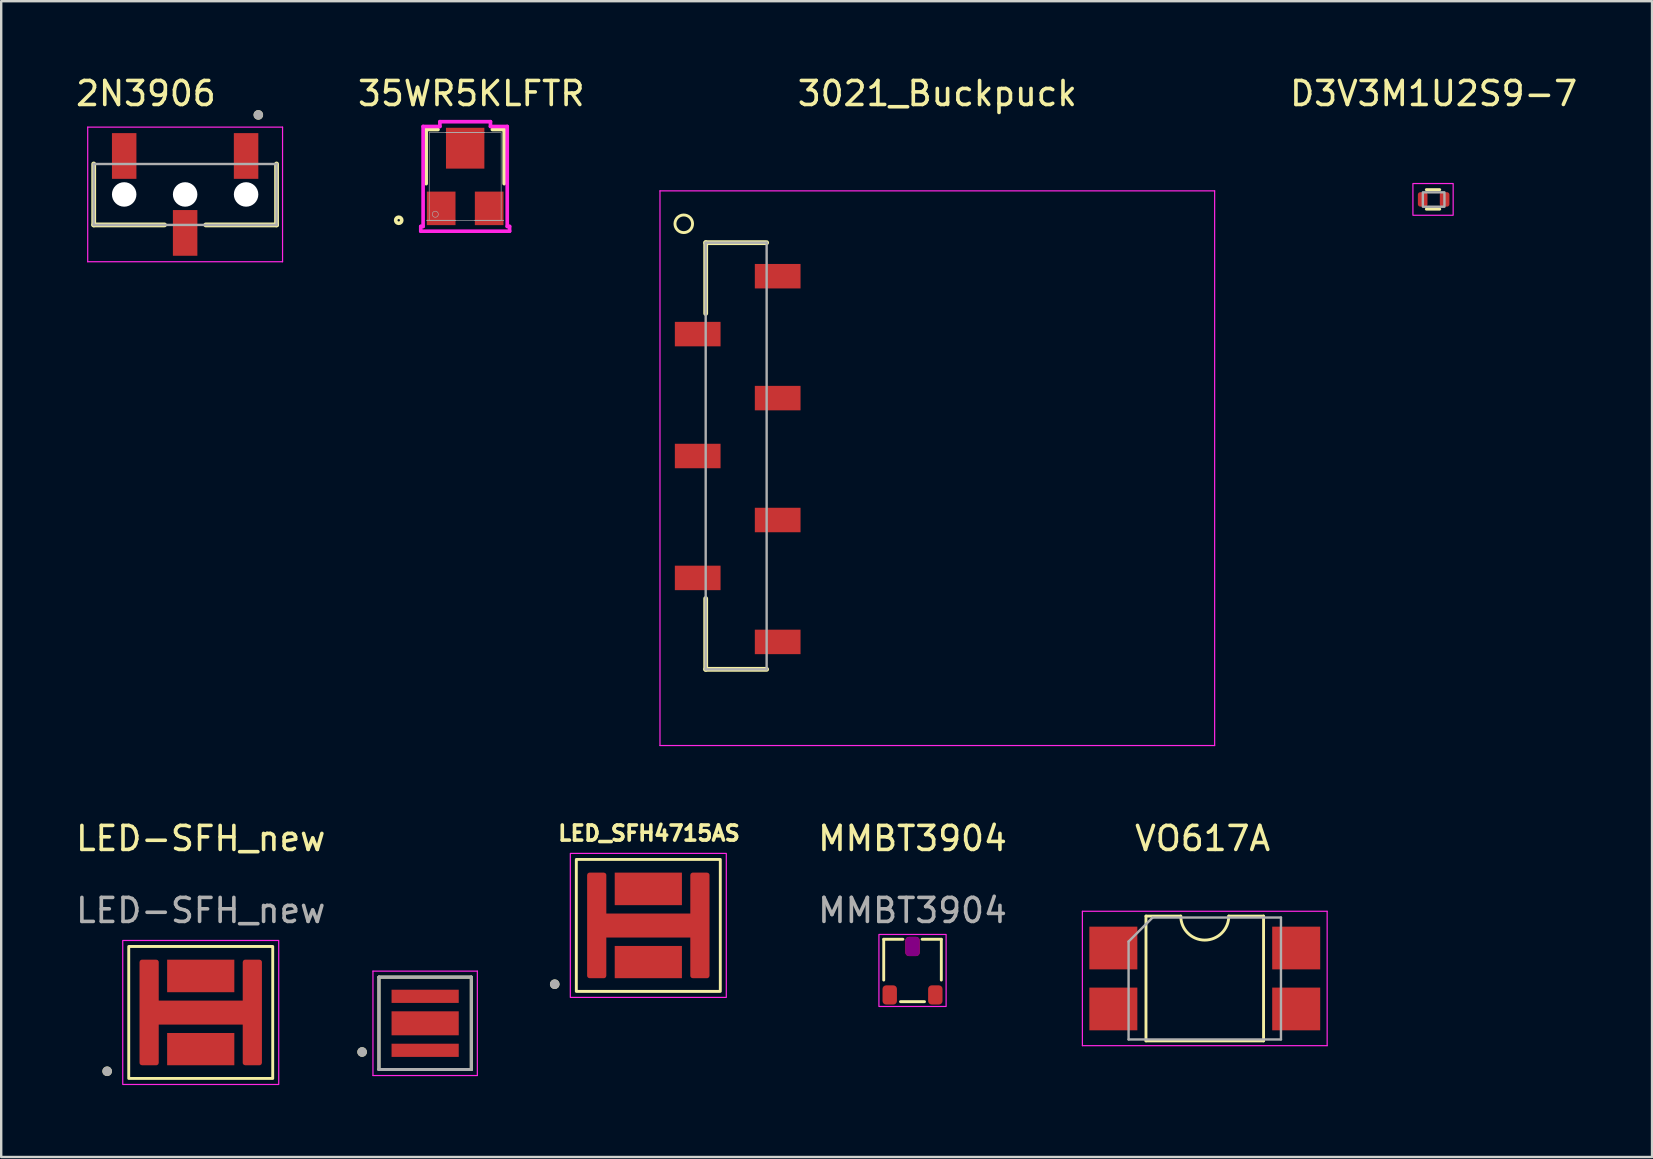
<source format=kicad_pcb>
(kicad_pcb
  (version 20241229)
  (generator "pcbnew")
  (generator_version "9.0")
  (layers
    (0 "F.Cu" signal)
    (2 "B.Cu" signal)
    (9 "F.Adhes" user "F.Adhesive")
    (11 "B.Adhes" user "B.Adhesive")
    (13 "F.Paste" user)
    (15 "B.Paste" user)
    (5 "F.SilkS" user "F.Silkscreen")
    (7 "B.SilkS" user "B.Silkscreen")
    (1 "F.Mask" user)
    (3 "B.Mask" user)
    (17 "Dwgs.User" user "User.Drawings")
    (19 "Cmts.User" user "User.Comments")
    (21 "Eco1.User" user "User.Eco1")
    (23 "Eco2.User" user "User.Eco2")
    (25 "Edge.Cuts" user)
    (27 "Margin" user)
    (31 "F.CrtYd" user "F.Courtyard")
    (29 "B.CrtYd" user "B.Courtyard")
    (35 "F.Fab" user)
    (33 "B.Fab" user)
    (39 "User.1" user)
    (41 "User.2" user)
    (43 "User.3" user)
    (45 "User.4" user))
  (footprint "VO617A"
    (layer "F.Cu")
    (at 47.066 32.392)
    (property "Reference" "VO617A" (at 0 -0.5 0) (unlocked yes) (layer "F.SilkS") (effects (font (size 1 1) (thickness 0.15))))
    (attr smd)
    (fp_line (start -2.36 2.734) (end -2.36 7.934) (stroke (width 0.12) (type solid)) (layer "F.SilkS"))
    (fp_line (start -2.36 7.934) (end 2.54 7.934) (stroke (width 0.12) (type solid)) (layer "F.SilkS"))
    (fp_line (start -0.91 2.734) (end -2.36 2.734) (stroke (width 0.12) (type solid)) (layer "F.SilkS"))
    (fp_line (start 2.54 2.734) (end 1.09 2.734) (stroke (width 0.12) (type solid)) (layer "F.SilkS"))
    (fp_line (start 2.54 7.934) (end 2.54 2.734) (stroke (width 0.12) (type solid)) (layer "F.SilkS"))
    (fp_arc (start 1.09 2.734) (mid 0.09 3.734) (end -0.91 2.734) (stroke (width 0.12) (type solid)) (layer "F.SilkS"))
    (fp_line (start -5.01 2.534) (end -5.01 8.134) (stroke (width 0.05) (type solid)) (layer "F.CrtYd"))
    (fp_line (start -5.01 8.134) (end 5.19 8.134) (stroke (width 0.05) (type solid)) (layer "F.CrtYd"))
    (fp_line (start 5.19 2.534) (end -5.01 2.534) (stroke (width 0.05) (type solid)) (layer "F.CrtYd"))
    (fp_line (start 5.19 8.134) (end 5.19 2.534) (stroke (width 0.05) (type solid)) (layer "F.CrtYd"))
    (fp_line (start -3.085 3.794) (end -2.085 2.794) (stroke (width 0.1) (type solid)) (layer "F.Fab"))
    (fp_line (start -3.085 7.874) (end -3.085 3.794) (stroke (width 0.1) (type solid)) (layer "F.Fab"))
    (fp_line (start -2.085 2.794) (end 3.265 2.794) (stroke (width 0.1) (type solid)) (layer "F.Fab"))
    (fp_line (start 3.265 2.794) (end 3.265 7.874) (stroke (width 0.1) (type solid)) (layer "F.Fab"))
    (fp_line (start 3.265 7.874) (end -3.085 7.874) (stroke (width 0.1) (type solid)) (layer "F.Fab"))
    (pad "1" smd rect (at -3.72 4.064) (size 2 1.78) (layers "F.Cu" "F.Mask" "F.Paste"))
    (pad "2" smd rect (at -3.72 6.604) (size 2 1.78) (layers "F.Cu" "F.Mask" "F.Paste"))
    (pad "3" smd rect (at 3.9 6.604) (size 2 1.78) (layers "F.Cu" "F.Mask" "F.Paste"))
    (pad "4" smd rect (at 3.9 4.064) (size 2 1.78) (layers "F.Cu" "F.Mask" "F.Paste")))
  (footprint "D3V3M1U2S9-7"
    (layer "F.Cu")
    (at 56.694 1.348)
    (property "Reference" "D3V3M1U2S9-7" (at 0 -0.5 0) (unlocked yes) (layer "F.SilkS") (effects (font (size 1 1) (thickness 0.15))))
    (attr smd)
    (fp_line (start -0.305 3.505) (end 0.254 3.505) (stroke (width 0.12) (type default)) (layer "F.SilkS"))
    (fp_line (start -0.305 4.318) (end 0.254 4.318) (stroke (width 0.12) (type default)) (layer "F.SilkS"))
    (fp_rect (start -0.864 3.251) (end 0.813 4.572) (stroke (width 0.05) (type default)) (fill no) (layer "F.CrtYd"))
    (fp_rect (start -0.45 3.616) (end 0.45 4.216) (stroke (width 0.1) (type default)) (fill no) (layer "F.Fab"))
    (pad "1" smd roundrect (at -0.457 3.912) (size 0.4 0.6) (layers "F.Cu" "F.Mask" "F.Paste") (roundrect_rratio 0.25))
    (pad "2" smd roundrect (at 0.457 3.912) (size 0.4 0.6) (layers "F.Cu" "F.Mask" "F.Paste") (roundrect_rratio 0.25)))
  (footprint "3021_Buckpuck"
    (layer "F.Cu")
    (at 36.01 1.348)
    (property "Reference" "3021_Buckpuck" (at 0 -0.5 0) (unlocked yes) (layer "F.SilkS") (effects (font (size 1 1) (thickness 0.15))))
    (attr smd)
    (fp_line (start -9.652 5.715) (end -9.652 8.665) (stroke (width 0.2) (type solid)) (layer "F.SilkS"))
    (fp_line (start -9.652 5.715) (end -7.112 5.715) (stroke (width 0.2) (type solid)) (layer "F.SilkS"))
    (fp_line (start -9.652 23.495) (end -9.652 20.545) (stroke (width 0.2) (type solid)) (layer "F.SilkS"))
    (fp_line (start -9.652 23.495) (end -7.112 23.495) (stroke (width 0.2) (type solid)) (layer "F.SilkS"))
    (fp_circle (center -10.566 4.928) (end -10.871 4.724) (stroke (width 0.12) (type default)) (fill no) (layer "F.SilkS"))
    (fp_line (start -11.557 26.67) (end -11.557 3.556) (stroke (width 0.05) (type solid)) (layer "F.CrtYd"))
    (fp_line (start 11.557 3.556) (end -11.557 3.556) (stroke (width 0.05) (type default)) (layer "F.CrtYd"))
    (fp_line (start 11.557 3.556) (end 11.557 26.67) (stroke (width 0.05) (type default)) (layer "F.CrtYd"))
    (fp_line (start 11.557 26.67) (end -11.557 26.67) (stroke (width 0.05) (type default)) (layer "F.CrtYd"))
    (fp_line (start -9.652 5.715) (end -9.652 23.495) (stroke (width 0.1) (type solid)) (layer "F.Fab"))
    (fp_line (start -9.652 23.495) (end -7.112 23.495) (stroke (width 0.1) (type solid)) (layer "F.Fab"))
    (fp_line (start -7.112 5.715) (end -9.652 5.715) (stroke (width 0.1) (type solid)) (layer "F.Fab"))
    (fp_line (start -7.112 23.495) (end -7.112 5.715) (stroke (width 0.1) (type solid)) (layer "F.Fab"))
    (pad "1" smd rect (at -6.652 7.112 270) (size 1.02 1.905) (layers "F.Cu" "F.Mask" "F.Paste"))
    (pad "2" smd rect (at -9.985 9.525 270) (size 1.02 1.905) (layers "F.Cu" "F.Mask" "F.Paste"))
    (pad "3" smd rect (at -6.652 12.192 270) (size 1.02 1.905) (layers "F.Cu" "F.Mask" "F.Paste"))
    (pad "4" smd rect (at -9.985 14.605 270) (size 1.02 1.905) (layers "F.Cu" "F.Mask" "F.Paste"))
    (pad "5" smd rect (at -6.652 17.272 270) (size 1.02 1.905) (layers "F.Cu" "F.Mask" "F.Paste"))
    (pad "6" smd rect (at -9.985 19.685 270) (size 1.02 1.905) (layers "F.Cu" "F.Mask" "F.Paste"))
    (pad "7" smd rect (at -6.652 22.352 270) (size 1.02 1.905) (layers "F.Cu" "F.Mask" "F.Paste")))
  (footprint "35WR5KLFTR"
    (layer "F.Cu")
    (at 16.335 4.303)
    (property "Reference" "35WR5KLFTR" (at 0.254 -3.454 0) (unlocked yes) (layer "F.SilkS") (effects (font (size 1 1) (thickness 0.15))))
    (attr smd)
    (fp_line (start -1.626 -1.956) (end -1.626 0.3) (stroke (width 0.152) (type solid)) (layer "F.SilkS"))
    (fp_line (start -1.133 -1.956) (end -1.626 -1.956) (stroke (width 0.152) (type solid)) (layer "F.SilkS"))
    (fp_line (start 1.626 -1.956) (end 1.133 -1.956) (stroke (width 0.152) (type solid)) (layer "F.SilkS"))
    (fp_line (start 1.626 0.3) (end 1.626 -1.956) (stroke (width 0.152) (type solid)) (layer "F.SilkS"))
    (fp_circle (center -2.769 1.825) (end -2.642 1.825) (stroke (width 0.152) (type solid)) (fill no) (layer "F.SilkS"))
    (fp_line (start -1.851 2.083) (end -1.851 2.282) (stroke (width 0.152) (type solid)) (layer "F.CrtYd"))
    (fp_line (start -1.851 2.282) (end 1.851 2.282) (stroke (width 0.152) (type solid)) (layer "F.CrtYd"))
    (fp_line (start -1.753 -2.083) (end -1.054 -2.083) (stroke (width 0.152) (type solid)) (layer "F.CrtYd"))
    (fp_line (start -1.753 2.083) (end -1.851 2.083) (stroke (width 0.152) (type solid)) (layer "F.CrtYd"))
    (fp_line (start -1.753 2.083) (end -1.753 -2.083) (stroke (width 0.152) (type solid)) (layer "F.CrtYd"))
    (fp_line (start -1.054 -2.282) (end 1.054 -2.282) (stroke (width 0.152) (type solid)) (layer "F.CrtYd"))
    (fp_line (start -1.054 -2.083) (end -1.054 -2.282) (stroke (width 0.152) (type solid)) (layer "F.CrtYd"))
    (fp_line (start 1.054 -2.083) (end 1.054 -2.282) (stroke (width 0.152) (type solid)) (layer "F.CrtYd"))
    (fp_line (start 1.753 -2.083) (end 1.054 -2.083) (stroke (width 0.152) (type solid)) (layer "F.CrtYd"))
    (fp_line (start 1.753 -2.083) (end 1.753 2.083) (stroke (width 0.152) (type solid)) (layer "F.CrtYd"))
    (fp_line (start 1.753 2.083) (end 1.851 2.083) (stroke (width 0.152) (type solid)) (layer "F.CrtYd"))
    (fp_line (start 1.851 2.083) (end 1.851 2.282) (stroke (width 0.152) (type solid)) (layer "F.CrtYd"))
    (fp_line (start -1.597 1.825) (end -0.403 1.825) (stroke (width 0.025) (type solid)) (layer "F.Fab"))
    (fp_line (start -1.597 1.829) (end -1.597 1.825) (stroke (width 0.025) (type solid)) (layer "F.Fab"))
    (fp_line (start -1.499 -1.829) (end -1.499 1.829) (stroke (width 0.025) (type solid)) (layer "F.Fab"))
    (fp_line (start -1.499 1.829) (end 1.499 1.829) (stroke (width 0.025) (type solid)) (layer "F.Fab"))
    (fp_line (start -0.8 -1.829) (end 0.8 -1.829) (stroke (width 0.025) (type solid)) (layer "F.Fab"))
    (fp_line (start -0.8 -1.825) (end -0.8 -1.829) (stroke (width 0.025) (type solid)) (layer "F.Fab"))
    (fp_line (start -0.403 1.825) (end -0.403 1.829) (stroke (width 0.025) (type solid)) (layer "F.Fab"))
    (fp_line (start -0.403 1.829) (end -1.597 1.829) (stroke (width 0.025) (type solid)) (layer "F.Fab"))
    (fp_line (start 0.403 1.825) (end 1.597 1.825) (stroke (width 0.025) (type solid)) (layer "F.Fab"))
    (fp_line (start 0.403 1.829) (end 0.403 1.825) (stroke (width 0.025) (type solid)) (layer "F.Fab"))
    (fp_line (start 0.8 -1.829) (end 0.8 -1.825) (stroke (width 0.025) (type solid)) (layer "F.Fab"))
    (fp_line (start 0.8 -1.825) (end -0.8 -1.825) (stroke (width 0.025) (type solid)) (layer "F.Fab"))
    (fp_line (start 1.499 -1.829) (end -1.499 -1.829) (stroke (width 0.025) (type solid)) (layer "F.Fab"))
    (fp_line (start 1.499 1.829) (end 1.499 -1.829) (stroke (width 0.025) (type solid)) (layer "F.Fab"))
    (fp_line (start 1.597 1.825) (end 1.597 1.829) (stroke (width 0.025) (type solid)) (layer "F.Fab"))
    (fp_line (start 1.597 1.829) (end 0.403 1.829) (stroke (width 0.025) (type solid)) (layer "F.Fab"))
    (fp_circle (center -1.245 1.575) (end -1.118 1.575) (stroke (width 0.025) (type solid)) (fill no) (layer "F.Fab"))
    (pad "1" smd rect (at -1 1.33) (size 1.194 1.397) (layers "F.Cu" "F.Mask" "F.Paste"))
    (pad "2" smd rect (at 0 -1.177) (size 1.6 1.702) (layers "F.Cu" "F.Mask" "F.Paste"))
    (pad "3" smd rect (at 1 1.33) (size 1.194 1.397) (layers "F.Cu" "F.Mask" "F.Paste")))
  (footprint "LED_SFH4715AS"
    (layer "F.Cu")
    (at 23.967 34.72)
    (property "Reference" "LED_SFH4715AS" (at 0.03 -3.045 0) (layer "F.SilkS") (effects (font (size 0.63 0.63) (thickness 0.15))))
    (attr smd)
    (fp_poly (pts (xy -1.4 -0.6) (xy 1.4 -0.6) (xy 1.4 -0.05) (xy -1.4 -0.05)) (stroke (width 0.01) (type solid)) (fill yes) (layer "F.Mask"))
    (fp_poly (pts (xy -1.4 0.3) (xy 1.4 0.3) (xy 1.4 1.3) (xy -1.4 1.3)) (stroke (width 0.01) (type solid)) (fill yes) (layer "F.Mask"))
    (fp_poly (pts (xy -1.4 1.65) (xy 1.4 1.65) (xy 1.4 2.2) (xy -1.4 2.2)) (stroke (width 0.01) (type solid)) (fill yes) (layer "F.Mask"))
    (fp_rect (start 3 -1.956) (end -3 3.544) (stroke (width 0.12) (type default)) (fill no) (layer "F.SilkS"))
    (fp_circle (center -3.9 3.244) (end -3.8 3.244) (stroke (width 0.2) (type solid)) (fill no) (layer "F.SilkS"))
    (fp_poly (pts (xy -1.3 -0.5) (xy 1.3 -0.5) (xy 1.3 -0.1) (xy -1.3 -0.1)) (stroke (width 0.01) (type solid)) (fill yes) (layer "F.Paste"))
    (fp_poly (pts (xy -1.3 0.35) (xy -0.15 0.35) (xy -0.15 1.25) (xy -1.3 1.25)) (stroke (width 0.01) (type solid)) (fill yes) (layer "F.Paste"))
    (fp_poly (pts (xy -1.3 1.7) (xy 1.3 1.7) (xy 1.3 2.1) (xy -1.3 2.1)) (stroke (width 0.01) (type solid)) (fill yes) (layer "F.Paste"))
    (fp_poly (pts (xy 0.15 0.35) (xy 1.3 0.35) (xy 1.3 1.25) (xy 0.15 1.25)) (stroke (width 0.01) (type solid)) (fill yes) (layer "F.Paste"))
    (fp_rect (start -3.25 -2.206) (end 3.25 3.794) (stroke (width 0.05) (type default)) (fill no) (layer "F.CrtYd"))
    (fp_circle (center -3.9 3.244) (end -3.8 3.244) (stroke (width 0.2) (type solid)) (fill no) (layer "F.Fab"))
    (pad "1" smd rect (at 0 -0.728 180) (size 2.8 1.356) (layers "F.Cu"))
    (pad "2" smd custom (at 0 0.8 180) (size 4.8 1) (layers "F.Cu") (options (anchor rect)) (primitives (gr_poly (pts (xy -1.85 -2.094) (xy -1.85 2.106) (xy -2.45 2.106) (xy -2.45 -2.094)) (width 0.2) (fill yes)) (gr_poly (pts (xy 2.45 -2.094) (xy 2.45 2.106) (xy 1.85 2.106) (xy 1.85 -2.094)) (width 0.2) (fill yes))))
    (pad "2" smd rect (at 0 2.322 180) (size 2.8 1.344) (layers "F.Cu")))
  (footprint "LED-SFH_new"
    (layer "F.Cu")
    (at 5.315 32.392)
    (property "Reference" "LED-SFH_new" (at 0 -0.5 0) (unlocked yes) (layer "F.SilkS") (effects (font (size 1 1) (thickness 0.15))))
    (attr smd)
    (fp_poly (pts (xy -1.4 5.356) (xy 1.4 5.356) (xy 1.4 5.906) (xy -1.4 5.906)) (stroke (width 0.01) (type solid)) (fill yes) (layer "F.Mask"))
    (fp_poly (pts (xy -1.4 6.256) (xy 1.4 6.256) (xy 1.4 7.256) (xy -1.4 7.256)) (stroke (width 0.01) (type solid)) (fill yes) (layer "F.Mask"))
    (fp_poly (pts (xy -1.4 7.606) (xy 1.4 7.606) (xy 1.4 8.156) (xy -1.4 8.156)) (stroke (width 0.01) (type solid)) (fill yes) (layer "F.Mask"))
    (fp_poly (pts (xy 7.952 5.802) (xy 10.752 5.802) (xy 10.752 6.352) (xy 7.952 6.352)) (stroke (width 0.01) (type solid)) (fill yes) (layer "F.Mask"))
    (fp_poly (pts (xy 7.952 6.702) (xy 10.752 6.702) (xy 10.752 7.702) (xy 7.952 7.702)) (stroke (width 0.01) (type solid)) (fill yes) (layer "F.Mask"))
    (fp_poly (pts (xy 7.952 8.052) (xy 10.752 8.052) (xy 10.752 8.602) (xy 7.952 8.602)) (stroke (width 0.01) (type solid)) (fill yes) (layer "F.Mask"))
    (fp_line (start 7.427 5.277) (end 7.427 9.127) (stroke (width 0.127) (type solid)) (layer "F.SilkS"))
    (fp_line (start 7.427 9.127) (end 11.277 9.127) (stroke (width 0.127) (type solid)) (layer "F.SilkS"))
    (fp_line (start 11.277 5.277) (end 7.427 5.277) (stroke (width 0.127) (type solid)) (layer "F.SilkS"))
    (fp_line (start 11.277 9.127) (end 11.277 5.277) (stroke (width 0.127) (type solid)) (layer "F.SilkS"))
    (fp_rect (start 3 4) (end -3 9.5) (stroke (width 0.12) (type default)) (fill no) (layer "F.SilkS"))
    (fp_circle (center -3.9 9.2) (end -3.8 9.2) (stroke (width 0.2) (type solid)) (fill no) (layer "F.SilkS"))
    (fp_circle (center 6.725 8.397) (end 6.825 8.397) (stroke (width 0.2) (type solid)) (fill no) (layer "F.SilkS"))
    (fp_poly (pts (xy -1.3 5.456) (xy 1.3 5.456) (xy 1.3 5.856) (xy -1.3 5.856)) (stroke (width 0.01) (type solid)) (fill yes) (layer "F.Paste"))
    (fp_poly (pts (xy -1.3 6.306) (xy -0.15 6.306) (xy -0.15 7.206) (xy -1.3 7.206)) (stroke (width 0.01) (type solid)) (fill yes) (layer "F.Paste"))
    (fp_poly (pts (xy -1.3 7.656) (xy 1.3 7.656) (xy 1.3 8.056) (xy -1.3 8.056)) (stroke (width 0.01) (type solid)) (fill yes) (layer "F.Paste"))
    (fp_poly (pts (xy 0.15 6.306) (xy 1.3 6.306) (xy 1.3 7.206) (xy 0.15 7.206)) (stroke (width 0.01) (type solid)) (fill yes) (layer "F.Paste"))
    (fp_poly (pts (xy 8.052 5.902) (xy 10.652 5.902) (xy 10.652 6.302) (xy 8.052 6.302)) (stroke (width 0.01) (type solid)) (fill yes) (layer "F.Paste"))
    (fp_poly (pts (xy 8.052 6.752) (xy 9.202 6.752) (xy 9.202 7.652) (xy 8.052 7.652)) (stroke (width 0.01) (type solid)) (fill yes) (layer "F.Paste"))
    (fp_poly (pts (xy 8.052 8.102) (xy 10.652 8.102) (xy 10.652 8.502) (xy 8.052 8.502)) (stroke (width 0.01) (type solid)) (fill yes) (layer "F.Paste"))
    (fp_poly (pts (xy 9.502 6.752) (xy 10.652 6.752) (xy 10.652 7.652) (xy 9.502 7.652)) (stroke (width 0.01) (type solid)) (fill yes) (layer "F.Paste"))
    (fp_line (start 7.177 5.027) (end 7.177 9.377) (stroke (width 0.05) (type solid)) (layer "F.CrtYd"))
    (fp_line (start 7.177 9.377) (end 11.527 9.377) (stroke (width 0.05) (type solid)) (layer "F.CrtYd"))
    (fp_line (start 11.527 5.027) (end 7.177 5.027) (stroke (width 0.05) (type solid)) (layer "F.CrtYd"))
    (fp_line (start 11.527 9.377) (end 11.527 5.027) (stroke (width 0.05) (type solid)) (layer "F.CrtYd"))
    (fp_rect (start -3.25 3.75) (end 3.25 9.75) (stroke (width 0.05) (type default)) (fill no) (layer "F.CrtYd"))
    (fp_line (start 7.427 5.277) (end 7.427 9.127) (stroke (width 0.127) (type solid)) (layer "F.Fab"))
    (fp_line (start 7.427 9.127) (end 11.277 9.127) (stroke (width 0.127) (type solid)) (layer "F.Fab"))
    (fp_line (start 11.277 5.277) (end 7.427 5.277) (stroke (width 0.127) (type solid)) (layer "F.Fab"))
    (fp_line (start 11.277 9.127) (end 11.277 5.277) (stroke (width 0.127) (type solid)) (layer "F.Fab"))
    (fp_circle (center -3.9 9.2) (end -3.8 9.2) (stroke (width 0.2) (type solid)) (fill no) (layer "F.Fab"))
    (fp_circle (center 6.725 8.397) (end 6.825 8.397) (stroke (width 0.2) (type solid)) (fill no) (layer "F.Fab"))
    (fp_text user "${REFERENCE}" (at 0 2.5 0) (unlocked yes) (layer "F.Fab") (effects (font (size 1 1) (thickness 0.15))))
    (pad "1" smd rect (at 0 5.228 180) (size 2.8 1.356) (layers "F.Cu"))
    (pad "1" smd rect (at 9.352 6.077 180) (size 2.8 0.55) (layers "F.Cu" "F.Mask"))
    (pad "2" smd custom (at 0 6.756 180) (size 4.8 1) (layers "F.Cu") (options (anchor rect)) (primitives (gr_poly (pts (xy -1.85 -2.094) (xy -1.85 2.106) (xy -2.45 2.106) (xy -2.45 -2.094)) (width 0.2) (fill yes)) (gr_poly (pts (xy 2.45 -2.094) (xy 2.45 2.106) (xy 1.85 2.106) (xy 1.85 -2.094)) (width 0.2) (fill yes))))
    (pad "2" smd rect (at 0 8.278 180) (size 2.8 1.344) (layers "F.Cu"))
    (pad "2" smd rect (at 9.352 7.202 180) (size 2.8 1) (layers "F.Cu"))
    (pad "2" smd rect (at 9.352 8.327 180) (size 2.8 0.55) (layers "F.Cu")))
  (footprint "MMBT3904"
    (layer "F.Cu")
    (at 34.977 32.392)
    (property "Reference" "MMBT3904" (at 0 -0.5 0) (unlocked yes) (layer "F.SilkS") (effects (font (size 1 1) (thickness 0.15))))
    (attr smd)
    (fp_line (start -1.2 3.7) (end -1.2 5.4) (stroke (width 0.12) (type default)) (layer "F.SilkS"))
    (fp_line (start -0.5 6.3) (end 0.5 6.3) (stroke (width 0.12) (type default)) (layer "F.SilkS"))
    (fp_line (start -0.4 3.7) (end -1.2 3.7) (stroke (width 0.12) (type default)) (layer "F.SilkS"))
    (fp_line (start 0.4 3.7) (end 1.2 3.7) (stroke (width 0.12) (type default)) (layer "F.SilkS"))
    (fp_line (start 1.2 3.7) (end 1.2 5.4) (stroke (width 0.12) (type default)) (layer "F.SilkS"))
    (fp_rect (start -1.4 3.5) (end 1.4 6.5) (stroke (width 0.05) (type default)) (fill no) (layer "F.CrtYd"))
    (fp_text user "${REFERENCE}" (at 0 2.5 0) (unlocked yes) (layer "F.Fab") (effects (font (size 1 1) (thickness 0.15))))
    (pad "1" smd roundrect (at 0.95 6.02) (size 0.6 0.8) (layers "F.Cu" "F.Mask" "F.Paste") (roundrect_rratio 0.25))
    (pad "2" smd roundrect (at -0.95 6.02) (size 0.6 0.8) (layers "F.Cu" "F.Mask" "F.Paste") (roundrect_rratio 0.25))
    (pad "3" smd roundrect (at 0 4) (size 0.6 0.8) (layers "F.Cu" "F.Mask" "F.Adhes" "F.Paste") (roundrect_rratio 0.25)))
  (footprint "2N3906"
    (layer "F.Cu")
    (at 4.665 5.053)
    (property "Reference" "2N3906" (at -1.635 -4.205 0) (layer "F.SilkS") (effects (font (size 1 1) (thickness 0.15))))
    (attr smd)
    (fp_line (start -3.81 1.27) (end -3.81 -1.27) (stroke (width 0.2) (type solid)) (layer "F.SilkS"))
    (fp_line (start -3.81 1.27) (end -0.86 1.27) (stroke (width 0.2) (type solid)) (layer "F.SilkS"))
    (fp_line (start 3.81 1.27) (end 0.86 1.27) (stroke (width 0.2) (type solid)) (layer "F.SilkS"))
    (fp_line (start 3.81 1.27) (end 3.81 -1.27) (stroke (width 0.2) (type solid)) (layer "F.SilkS"))
    (fp_circle (center 3.05 -3.315) (end 3.15 -3.315) (stroke (width 0.2) (type solid)) (fill no) (layer "F.SilkS"))
    (fp_line (start -4.06 -2.805) (end 4.06 -2.805) (stroke (width 0.05) (type solid)) (layer "F.CrtYd"))
    (fp_line (start -4.06 2.805) (end -4.06 -2.805) (stroke (width 0.05) (type solid)) (layer "F.CrtYd"))
    (fp_line (start 4.06 -2.805) (end 4.06 2.805) (stroke (width 0.05) (type solid)) (layer "F.CrtYd"))
    (fp_line (start 4.06 2.805) (end -4.06 2.805) (stroke (width 0.05) (type solid)) (layer "F.CrtYd"))
    (fp_line (start -3.81 -1.27) (end 3.81 -1.27) (stroke (width 0.1) (type solid)) (layer "F.Fab"))
    (fp_line (start -3.81 1.27) (end -3.81 -1.27) (stroke (width 0.1) (type solid)) (layer "F.Fab"))
    (fp_line (start 3.81 -1.27) (end 3.81 1.27) (stroke (width 0.1) (type solid)) (layer "F.Fab"))
    (fp_line (start 3.81 1.27) (end -3.81 1.27) (stroke (width 0.1) (type solid)) (layer "F.Fab"))
    (fp_circle (center 3.05 -3.315) (end 3.15 -3.315) (stroke (width 0.2) (type solid)) (fill no) (layer "F.Fab"))
    (pad "" np_thru_hole circle (at -2.54 0) (size 1.02 1.02) (drill 1.02) (layers "*.Cu" "*.Mask"))
    (pad "" np_thru_hole circle (at 0 0) (size 1.02 1.02) (drill 1.02) (layers "*.Cu" "*.Mask"))
    (pad "" np_thru_hole circle (at 2.54 0) (size 1.02 1.02) (drill 1.02) (layers "*.Cu" "*.Mask"))
    (pad "1" smd rect (at 2.54 -1.603) (size 1.02 1.905) (layers "F.Cu" "F.Mask" "F.Paste"))
    (pad "2" smd rect (at 0 1.603) (size 1.02 1.905) (layers "F.Cu" "F.Mask" "F.Paste"))
    (pad "3" smd rect (at -2.54 -1.603) (size 1.02 1.905) (layers "F.Cu" "F.Mask" "F.Paste")))
  (gr_rect
    (start -3 -3)
    (end 65.795 45.166)
    (stroke (width 0.1) (type default))
    (fill no)
    (layer "Edge.Cuts")))
</source>
